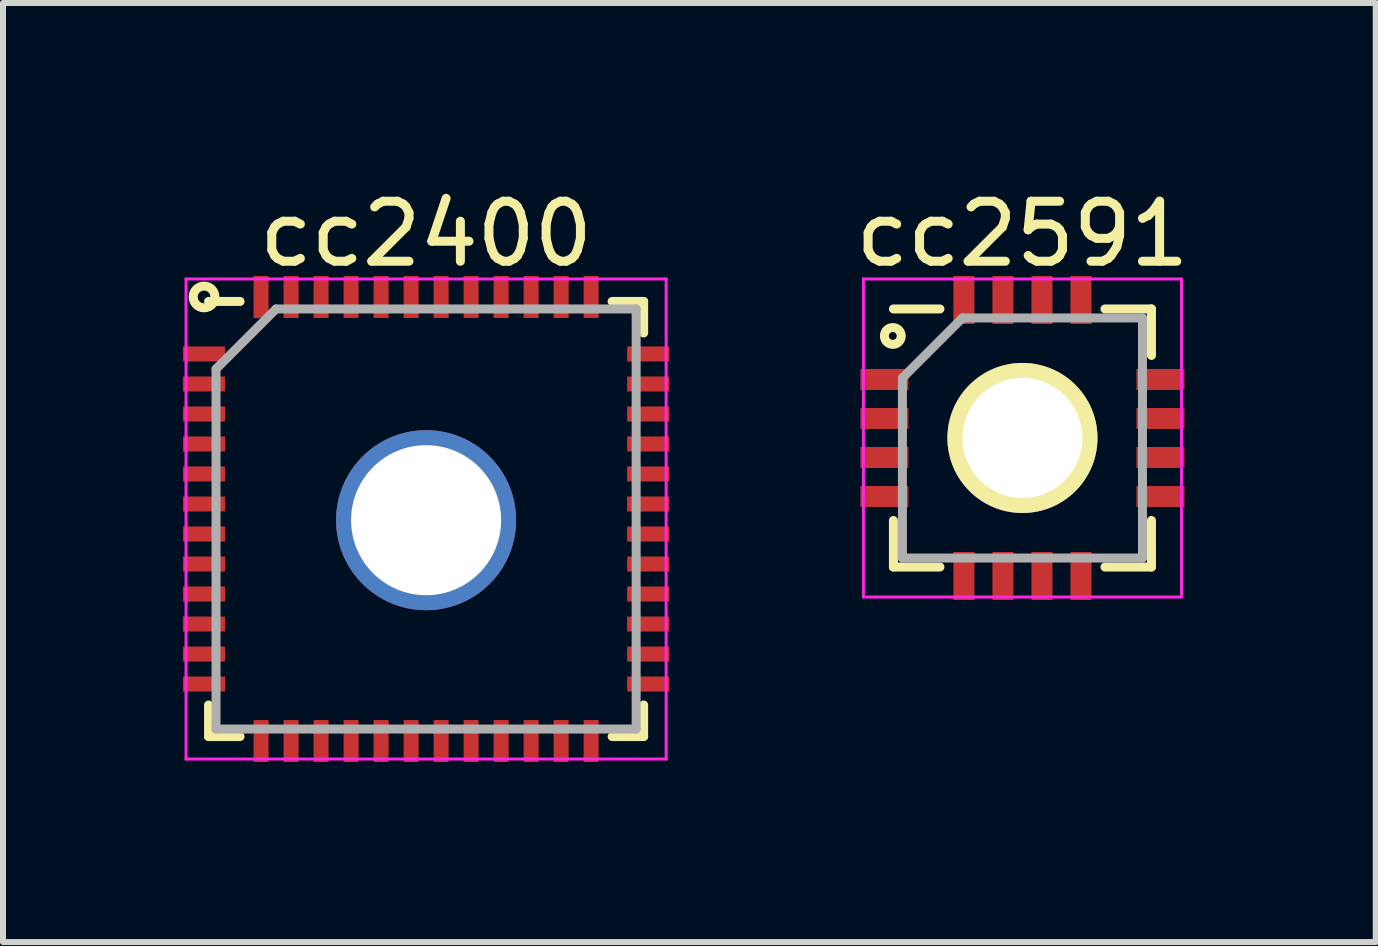
<source format=kicad_pcb>
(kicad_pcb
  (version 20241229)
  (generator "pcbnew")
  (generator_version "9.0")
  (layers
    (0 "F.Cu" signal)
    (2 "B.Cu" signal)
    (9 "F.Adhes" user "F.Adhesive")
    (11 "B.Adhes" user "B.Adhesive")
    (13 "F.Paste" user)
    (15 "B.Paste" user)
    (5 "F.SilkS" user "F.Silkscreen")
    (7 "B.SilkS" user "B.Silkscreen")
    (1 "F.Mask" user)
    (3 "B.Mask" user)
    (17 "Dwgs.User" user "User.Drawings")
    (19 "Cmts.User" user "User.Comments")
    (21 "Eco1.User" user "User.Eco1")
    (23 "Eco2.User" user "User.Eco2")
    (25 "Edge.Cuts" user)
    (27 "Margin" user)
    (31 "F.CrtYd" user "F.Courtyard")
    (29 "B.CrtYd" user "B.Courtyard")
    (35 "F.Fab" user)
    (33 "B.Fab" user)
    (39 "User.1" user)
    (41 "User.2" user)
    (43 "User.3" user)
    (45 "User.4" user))
  (footprint "cc2591"
    (layer "F.Cu")
    (at 13.987 4.248)
    (property "Reference" "cc2591" (at 0 -3.4 0) (layer "F.SilkS") (effects (font (size 1 1) (thickness 0.15))))
    (attr smd)
    (fp_line (start -2.15 -2.15) (end -1.375 -2.15) (stroke (width 0.15) (type solid)) (layer "F.SilkS"))
    (fp_line (start -2.15 2.15) (end -2.15 1.375) (stroke (width 0.15) (type solid)) (layer "F.SilkS"))
    (fp_line (start -2.15 2.15) (end -1.375 2.15) (stroke (width 0.15) (type solid)) (layer "F.SilkS"))
    (fp_line (start 2.15 -2.15) (end 1.375 -2.15) (stroke (width 0.15) (type solid)) (layer "F.SilkS"))
    (fp_line (start 2.15 -2.15) (end 2.15 -1.375) (stroke (width 0.15) (type solid)) (layer "F.SilkS"))
    (fp_line (start 2.15 2.15) (end 1.375 2.15) (stroke (width 0.15) (type solid)) (layer "F.SilkS"))
    (fp_line (start 2.15 2.15) (end 2.15 1.375) (stroke (width 0.15) (type solid)) (layer "F.SilkS"))
    (fp_circle (center -2.16 -1.7) (end -2.15 -1.56) (stroke (width 0.15) (type solid)) (fill no) (layer "F.SilkS"))
    (fp_line (start -2.65 -2.65) (end -2.65 2.65) (stroke (width 0.05) (type solid)) (layer "F.CrtYd"))
    (fp_line (start -2.65 -2.65) (end 2.65 -2.65) (stroke (width 0.05) (type solid)) (layer "F.CrtYd"))
    (fp_line (start -2.65 2.65) (end 2.65 2.65) (stroke (width 0.05) (type solid)) (layer "F.CrtYd"))
    (fp_line (start 2.65 -2.65) (end 2.65 2.65) (stroke (width 0.05) (type solid)) (layer "F.CrtYd"))
    (fp_line (start -2 -1) (end -1 -2) (stroke (width 0.15) (type solid)) (layer "F.Fab"))
    (fp_line (start -2 2) (end -2 -1) (stroke (width 0.15) (type solid)) (layer "F.Fab"))
    (fp_line (start -1 -2) (end 2 -2) (stroke (width 0.15) (type solid)) (layer "F.Fab"))
    (fp_line (start 2 -2) (end 2 2) (stroke (width 0.15) (type solid)) (layer "F.Fab"))
    (fp_line (start 2 2) (end -2 2) (stroke (width 0.15) (type solid)) (layer "F.Fab"))
    (pad "1" smd rect (at -2.3 -0.975) (size 0.8 0.35) (layers "F.Cu" "F.Mask" "F.Paste"))
    (pad "2" smd rect (at -2.3 -0.325) (size 0.8 0.35) (layers "F.Cu" "F.Mask" "F.Paste"))
    (pad "3" smd rect (at -2.3 0.325) (size 0.8 0.35) (layers "F.Cu" "F.Mask" "F.Paste"))
    (pad "4" smd rect (at -2.3 0.975) (size 0.8 0.35) (layers "F.Cu" "F.Mask" "F.Paste"))
    (pad "5" smd rect (at -0.975 2.3 90) (size 0.8 0.35) (layers "F.Cu" "F.Mask" "F.Paste"))
    (pad "6" smd rect (at -0.325 2.3 90) (size 0.8 0.35) (layers "F.Cu" "F.Mask" "F.Paste"))
    (pad "7" smd rect (at 0.325 2.3 90) (size 0.8 0.35) (layers "F.Cu" "F.Mask" "F.Paste"))
    (pad "8" smd rect (at 0.975 2.3 90) (size 0.8 0.35) (layers "F.Cu" "F.Mask" "F.Paste"))
    (pad "9" smd rect (at 2.3 0.975) (size 0.8 0.35) (layers "F.Cu" "F.Mask" "F.Paste"))
    (pad "10" smd rect (at 2.3 0.325) (size 0.8 0.35) (layers "F.Cu" "F.Mask" "F.Paste"))
    (pad "11" smd rect (at 2.3 -0.325) (size 0.8 0.35) (layers "F.Cu" "F.Mask" "F.Paste"))
    (pad "12" smd rect (at 2.3 -0.975) (size 0.8 0.35) (layers "F.Cu" "F.Mask" "F.Paste"))
    (pad "13" smd rect (at 0.975 -2.3 90) (size 0.8 0.35) (layers "F.Cu" "F.Mask" "F.Paste"))
    (pad "14" smd rect (at 0.325 -2.3 90) (size 0.8 0.35) (layers "F.Cu" "F.Mask" "F.Paste"))
    (pad "15" smd rect (at -0.325 -2.3 90) (size 0.8 0.35) (layers "F.Cu" "F.Mask" "F.Paste"))
    (pad "16" smd rect (at -0.975 -2.3 90) (size 0.8 0.35) (layers "F.Cu" "F.Mask" "F.Paste"))
    (pad "17" thru_hole circle (at 0 0) (size 2.5 2.5) (drill 2) (layers "*.Cu" "*.Mask" "F.SilkS")))
  (footprint "cc2400"
    (layer "F.Cu")
    (at 4.05 5.618)
    (property "Reference" "cc2400" (at 0 -4.77 0) (layer "F.SilkS") (effects (font (size 1 1) (thickness 0.15))))
    (attr smd)
    (fp_line (start -3.625 -3.645) (end -3.1 -3.645) (stroke (width 0.15) (type solid)) (layer "F.SilkS"))
    (fp_line (start -3.625 3.605) (end -3.625 3.08) (stroke (width 0.15) (type solid)) (layer "F.SilkS"))
    (fp_line (start -3.625 3.605) (end -3.1 3.605) (stroke (width 0.15) (type solid)) (layer "F.SilkS"))
    (fp_line (start 3.625 -3.645) (end 3.1 -3.645) (stroke (width 0.15) (type solid)) (layer "F.SilkS"))
    (fp_line (start 3.625 -3.645) (end 3.625 -3.12) (stroke (width 0.15) (type solid)) (layer "F.SilkS"))
    (fp_line (start 3.625 3.605) (end 3.1 3.605) (stroke (width 0.15) (type solid)) (layer "F.SilkS"))
    (fp_line (start 3.625 3.605) (end 3.625 3.08) (stroke (width 0.15) (type solid)) (layer "F.SilkS"))
    (fp_circle (center -3.7 -3.72) (end -3.72 -3.9) (stroke (width 0.15) (type solid)) (fill no) (layer "F.SilkS"))
    (fp_line (start -4 -4.02) (end -4 3.98) (stroke (width 0.05) (type solid)) (layer "F.CrtYd"))
    (fp_line (start -4 -4.02) (end 4 -4.02) (stroke (width 0.05) (type solid)) (layer "F.CrtYd"))
    (fp_line (start -4 3.98) (end 4 3.98) (stroke (width 0.05) (type solid)) (layer "F.CrtYd"))
    (fp_line (start 4 -4.02) (end 4 3.98) (stroke (width 0.05) (type solid)) (layer "F.CrtYd"))
    (fp_line (start -3.5 -2.52) (end -2.5 -3.52) (stroke (width 0.15) (type solid)) (layer "F.Fab"))
    (fp_line (start -3.5 3.48) (end -3.5 -2.52) (stroke (width 0.15) (type solid)) (layer "F.Fab"))
    (fp_line (start -2.5 -3.52) (end 3.5 -3.52) (stroke (width 0.15) (type solid)) (layer "F.Fab"))
    (fp_line (start 3.5 -3.52) (end 3.5 3.48) (stroke (width 0.15) (type solid)) (layer "F.Fab"))
    (fp_line (start 3.5 3.48) (end -3.5 3.48) (stroke (width 0.15) (type solid)) (layer "F.Fab"))
    (pad "1" smd rect (at -3.7 -2.77) (size 0.7 0.25) (layers "F.Cu" "F.Mask" "F.Paste"))
    (pad "2" smd rect (at -3.7 -2.27) (size 0.7 0.25) (layers "F.Cu" "F.Mask" "F.Paste"))
    (pad "3" smd rect (at -3.7 -1.77) (size 0.7 0.25) (layers "F.Cu" "F.Mask" "F.Paste"))
    (pad "4" smd rect (at -3.7 -1.27) (size 0.7 0.25) (layers "F.Cu" "F.Mask" "F.Paste"))
    (pad "5" smd rect (at -3.7 -0.77) (size 0.7 0.25) (layers "F.Cu" "F.Mask" "F.Paste"))
    (pad "6" smd rect (at -3.7 -0.27) (size 0.7 0.25) (layers "F.Cu" "F.Mask" "F.Paste"))
    (pad "7" smd rect (at -3.7 0.23) (size 0.7 0.25) (layers "F.Cu" "F.Mask" "F.Paste"))
    (pad "8" smd rect (at -3.7 0.73) (size 0.7 0.25) (layers "F.Cu" "F.Mask" "F.Paste"))
    (pad "9" smd rect (at -3.7 1.23) (size 0.7 0.25) (layers "F.Cu" "F.Mask" "F.Paste"))
    (pad "10" smd rect (at -3.7 1.73) (size 0.7 0.25) (layers "F.Cu" "F.Mask" "F.Paste"))
    (pad "11" smd rect (at -3.7 2.23) (size 0.7 0.25) (layers "F.Cu" "F.Mask" "F.Paste"))
    (pad "12" smd rect (at -3.7 2.73) (size 0.7 0.25) (layers "F.Cu" "F.Mask" "F.Paste"))
    (pad "13" smd rect (at -2.75 3.68 90) (size 0.7 0.25) (layers "F.Cu" "F.Mask" "F.Paste"))
    (pad "14" smd rect (at -2.25 3.68 90) (size 0.7 0.25) (layers "F.Cu" "F.Mask" "F.Paste"))
    (pad "15" smd rect (at -1.75 3.68 90) (size 0.7 0.25) (layers "F.Cu" "F.Mask" "F.Paste"))
    (pad "16" smd rect (at -1.25 3.68 90) (size 0.7 0.25) (layers "F.Cu" "F.Mask" "F.Paste"))
    (pad "17" smd rect (at -0.75 3.68 90) (size 0.7 0.25) (layers "F.Cu" "F.Mask" "F.Paste"))
    (pad "18" smd rect (at -0.25 3.68 90) (size 0.7 0.25) (layers "F.Cu" "F.Mask" "F.Paste"))
    (pad "19" smd rect (at 0.25 3.68 90) (size 0.7 0.25) (layers "F.Cu" "F.Mask" "F.Paste"))
    (pad "20" smd rect (at 0.75 3.68 90) (size 0.7 0.25) (layers "F.Cu" "F.Mask" "F.Paste"))
    (pad "21" smd rect (at 1.25 3.68 90) (size 0.7 0.25) (layers "F.Cu" "F.Mask" "F.Paste"))
    (pad "22" smd rect (at 1.75 3.68 90) (size 0.7 0.25) (layers "F.Cu" "F.Mask" "F.Paste"))
    (pad "23" smd rect (at 2.25 3.68 90) (size 0.7 0.25) (layers "F.Cu" "F.Mask" "F.Paste"))
    (pad "24" smd rect (at 2.75 3.68 90) (size 0.7 0.25) (layers "F.Cu" "F.Mask" "F.Paste"))
    (pad "25" smd rect (at 3.7 2.73) (size 0.7 0.25) (layers "F.Cu" "F.Mask" "F.Paste"))
    (pad "26" smd rect (at 3.7 2.23) (size 0.7 0.25) (layers "F.Cu" "F.Mask" "F.Paste"))
    (pad "27" smd rect (at 3.7 1.73) (size 0.7 0.25) (layers "F.Cu" "F.Mask" "F.Paste"))
    (pad "28" smd rect (at 3.7 1.23) (size 0.7 0.25) (layers "F.Cu" "F.Mask" "F.Paste"))
    (pad "29" smd rect (at 3.7 0.73) (size 0.7 0.25) (layers "F.Cu" "F.Mask" "F.Paste"))
    (pad "30" smd rect (at 3.7 0.23) (size 0.7 0.25) (layers "F.Cu" "F.Mask" "F.Paste"))
    (pad "31" smd rect (at 3.7 -0.27) (size 0.7 0.25) (layers "F.Cu" "F.Mask" "F.Paste"))
    (pad "32" smd rect (at 3.7 -0.77) (size 0.7 0.25) (layers "F.Cu" "F.Mask" "F.Paste"))
    (pad "33" smd rect (at 3.7 -1.27) (size 0.7 0.25) (layers "F.Cu" "F.Mask" "F.Paste"))
    (pad "34" smd rect (at 3.7 -1.77) (size 0.7 0.25) (layers "F.Cu" "F.Mask" "F.Paste"))
    (pad "35" smd rect (at 3.7 -2.27) (size 0.7 0.25) (layers "F.Cu" "F.Mask" "F.Paste"))
    (pad "36" smd rect (at 3.7 -2.77) (size 0.7 0.25) (layers "F.Cu" "F.Mask" "F.Paste"))
    (pad "37" smd rect (at 2.75 -3.72 90) (size 0.7 0.25) (layers "F.Cu" "F.Mask" "F.Paste"))
    (pad "38" smd rect (at 2.25 -3.72 90) (size 0.7 0.25) (layers "F.Cu" "F.Mask" "F.Paste"))
    (pad "39" smd rect (at 1.75 -3.72 90) (size 0.7 0.25) (layers "F.Cu" "F.Mask" "F.Paste"))
    (pad "40" smd rect (at 1.25 -3.72 90) (size 0.7 0.25) (layers "F.Cu" "F.Mask" "F.Paste"))
    (pad "41" smd rect (at 0.75 -3.72 90) (size 0.7 0.25) (layers "F.Cu" "F.Mask" "F.Paste"))
    (pad "42" smd rect (at 0.25 -3.72 90) (size 0.7 0.25) (layers "F.Cu" "F.Mask" "F.Paste"))
    (pad "43" smd rect (at -0.25 -3.72 90) (size 0.7 0.25) (layers "F.Cu" "F.Mask" "F.Paste"))
    (pad "44" smd rect (at -0.75 -3.72 90) (size 0.7 0.25) (layers "F.Cu" "F.Mask" "F.Paste"))
    (pad "45" smd rect (at -1.25 -3.72 90) (size 0.7 0.25) (layers "F.Cu" "F.Mask" "F.Paste"))
    (pad "46" smd rect (at -1.75 -3.72 90) (size 0.7 0.25) (layers "F.Cu" "F.Mask" "F.Paste"))
    (pad "47" smd rect (at -2.25 -3.72 90) (size 0.7 0.25) (layers "F.Cu" "F.Mask" "F.Paste"))
    (pad "48" smd rect (at -2.75 -3.72 90) (size 0.7 0.25) (layers "F.Cu" "F.Mask" "F.Paste"))
    (pad "49" thru_hole circle (at 0 0) (size 3 3) (drill 2.5) (layers "*.Cu" "*.Mask")))
  (gr_rect
    (start -3 -3)
    (end 19.874 12.648)
    (stroke (width 0.1) (type default))
    (fill no)
    (layer "Edge.Cuts")))
</source>
